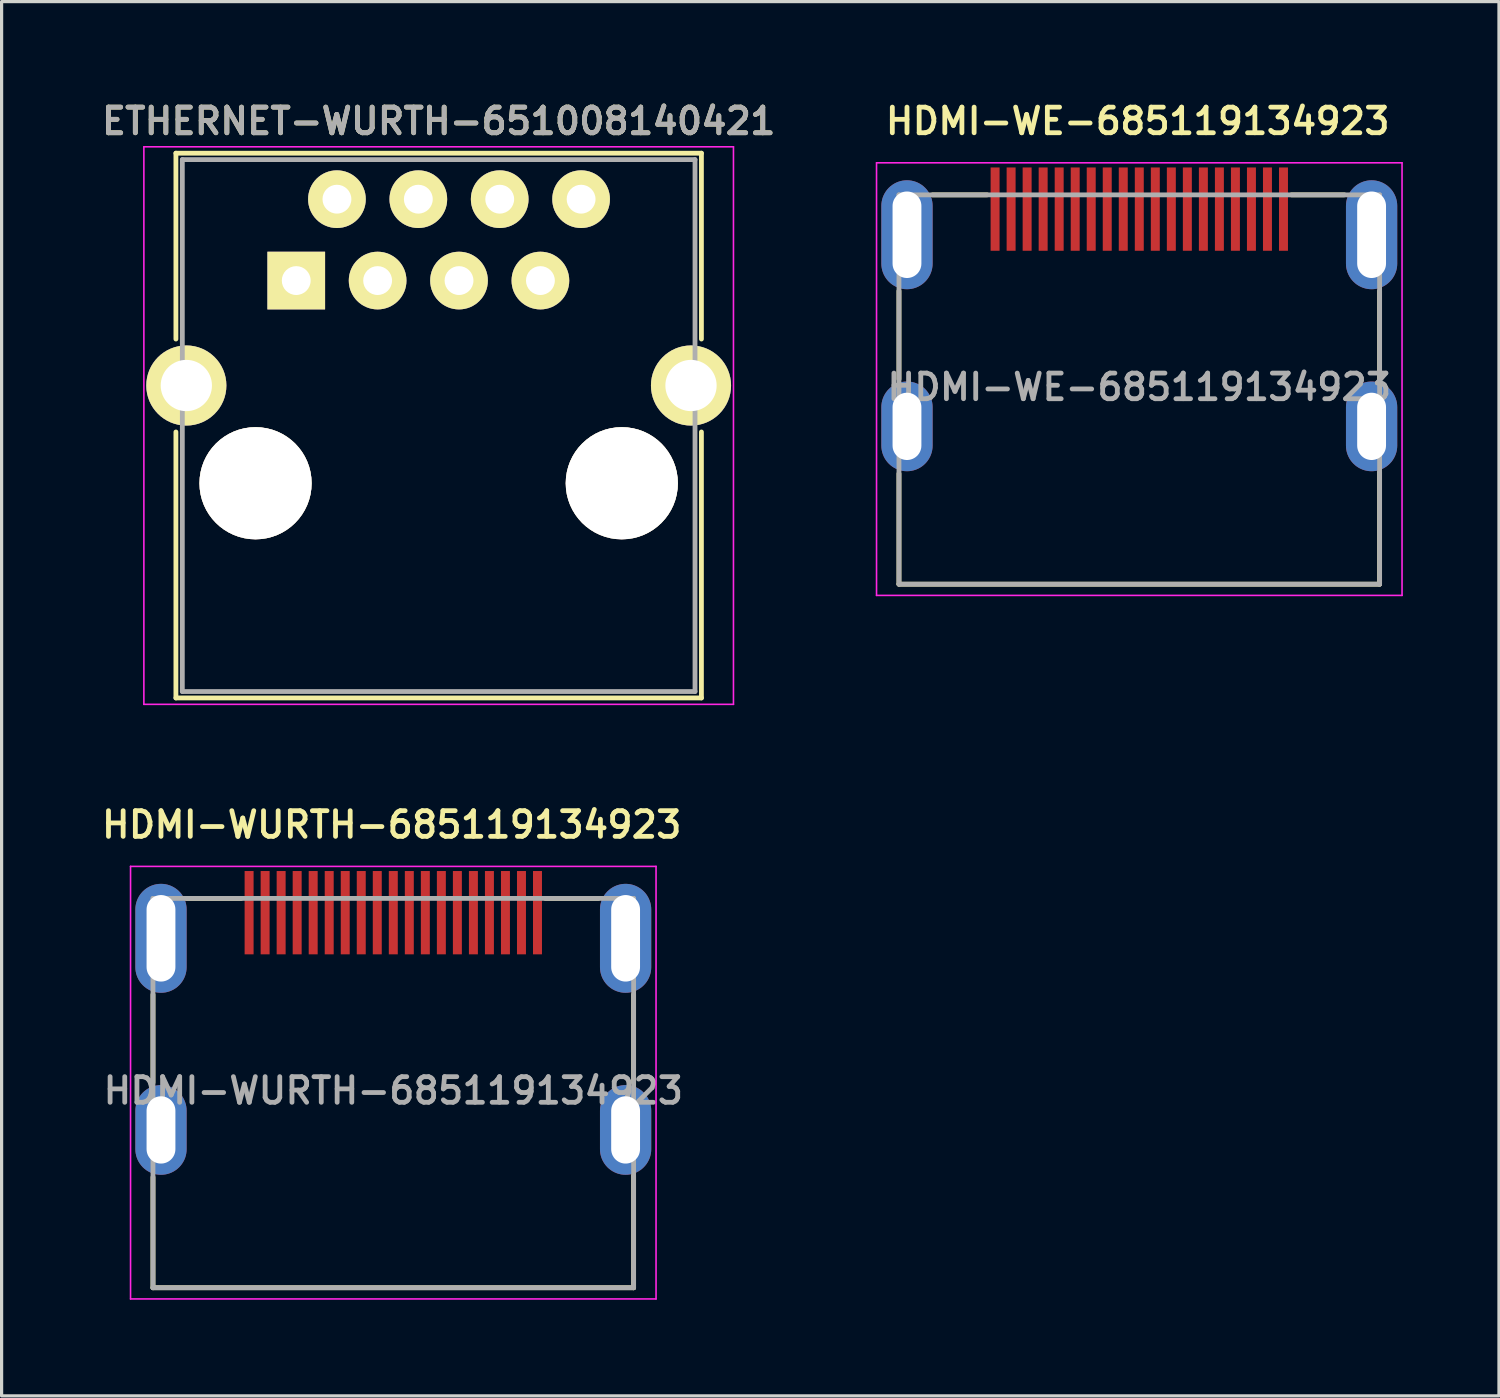
<source format=kicad_pcb>
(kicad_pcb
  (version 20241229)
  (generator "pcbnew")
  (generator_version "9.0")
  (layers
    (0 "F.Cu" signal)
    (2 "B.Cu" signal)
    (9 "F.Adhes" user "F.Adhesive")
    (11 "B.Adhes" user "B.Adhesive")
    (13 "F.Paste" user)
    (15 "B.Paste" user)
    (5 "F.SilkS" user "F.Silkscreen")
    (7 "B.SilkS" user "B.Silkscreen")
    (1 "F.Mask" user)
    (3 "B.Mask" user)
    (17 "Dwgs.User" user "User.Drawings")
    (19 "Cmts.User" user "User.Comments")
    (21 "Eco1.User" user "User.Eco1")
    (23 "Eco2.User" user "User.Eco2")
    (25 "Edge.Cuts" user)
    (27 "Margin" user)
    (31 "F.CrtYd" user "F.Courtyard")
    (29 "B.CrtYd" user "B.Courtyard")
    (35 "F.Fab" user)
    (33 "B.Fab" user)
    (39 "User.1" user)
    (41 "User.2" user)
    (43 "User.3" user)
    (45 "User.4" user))
  (footprint "HDMI-WURTH-685119134923"
    (layer "F.Cu")
    (at 9.224 30.988)
    (property "Reference" "HDMI-WURTH-685119134923" (at -0.05 -8.3 0) (layer "F.SilkS") (effects (font (size 0.8 0.8) (thickness 0.15))))
    (attr through_hole)
    (fp_line (start -7.5 -0.25) (end -7.5 -3) (stroke (width 0.15) (type solid)) (layer "F.SilkS"))
    (fp_line (start -7.5 6.15) (end -7.5 2.7) (stroke (width 0.15) (type solid)) (layer "F.SilkS"))
    (fp_line (start -6.45 -6) (end -4.75 -6) (stroke (width 0.15) (type solid)) (layer "F.SilkS"))
    (fp_line (start 4.75 -6) (end 6.4 -6) (stroke (width 0.15) (type solid)) (layer "F.SilkS"))
    (fp_line (start 7.5 -3) (end 7.5 -0.25) (stroke (width 0.15) (type solid)) (layer "F.SilkS"))
    (fp_line (start 7.5 2.65) (end 7.5 6.15) (stroke (width 0.15) (type solid)) (layer "F.SilkS"))
    (fp_line (start 7.5 6.15) (end -7.5 6.15) (stroke (width 0.15) (type solid)) (layer "F.SilkS"))
    (fp_line (start -8.2 -7) (end 8.2 -7) (stroke (width 0.05) (type solid)) (layer "F.CrtYd"))
    (fp_line (start -8.2 6.5) (end -8.2 -7) (stroke (width 0.05) (type solid)) (layer "F.CrtYd"))
    (fp_line (start 8.2 -7) (end 8.2 6.5) (stroke (width 0.05) (type solid)) (layer "F.CrtYd"))
    (fp_line (start 8.2 6.5) (end -8.2 6.5) (stroke (width 0.05) (type solid)) (layer "F.CrtYd"))
    (fp_line (start -7.5 -6) (end 7.5 -6) (stroke (width 0.15) (type solid)) (layer "F.Fab"))
    (fp_line (start -7.5 6.15) (end -7.5 -6) (stroke (width 0.15) (type solid)) (layer "F.Fab"))
    (fp_line (start 7.5 -6) (end 7.5 6.15) (stroke (width 0.15) (type solid)) (layer "F.Fab"))
    (fp_line (start 7.5 6.15) (end -7.5 6.15) (stroke (width 0.15) (type solid)) (layer "F.Fab"))
    (fp_text user "${REFERENCE}" (at 0 0 0) (layer "F.Fab") (effects (font (size 0.8 0.8) (thickness 0.15))))
    (pad "1" smd rect (at 4.5 -5.555) (size 0.28 2.6) (layers "F.Cu" "F.Mask" "F.Paste"))
    (pad "2" smd rect (at 4 -5.555) (size 0.28 2.6) (layers "F.Cu" "F.Mask" "F.Paste"))
    (pad "3" smd rect (at 3.5 -5.555) (size 0.28 2.6) (layers "F.Cu" "F.Mask" "F.Paste"))
    (pad "4" smd rect (at 3 -5.555) (size 0.28 2.6) (layers "F.Cu" "F.Mask" "F.Paste"))
    (pad "5" smd rect (at 2.5 -5.555) (size 0.28 2.6) (layers "F.Cu" "F.Mask" "F.Paste"))
    (pad "6" smd rect (at 2 -5.555) (size 0.28 2.6) (layers "F.Cu" "F.Mask" "F.Paste"))
    (pad "7" smd rect (at 1.5 -5.555) (size 0.28 2.6) (layers "F.Cu" "F.Mask" "F.Paste"))
    (pad "8" smd rect (at 1 -5.555) (size 0.28 2.6) (layers "F.Cu" "F.Mask" "F.Paste"))
    (pad "9" smd rect (at 0.5 -5.555) (size 0.28 2.6) (layers "F.Cu" "F.Mask" "F.Paste"))
    (pad "10" smd rect (at 0 -5.555) (size 0.28 2.6) (layers "F.Cu" "F.Mask" "F.Paste"))
    (pad "11" smd rect (at -0.5 -5.555) (size 0.28 2.6) (layers "F.Cu" "F.Mask" "F.Paste"))
    (pad "12" smd rect (at -1 -5.555) (size 0.28 2.6) (layers "F.Cu" "F.Mask" "F.Paste"))
    (pad "13" smd rect (at -1.5 -5.555) (size 0.28 2.6) (layers "F.Cu" "F.Mask" "F.Paste"))
    (pad "14" smd rect (at -2 -5.555) (size 0.28 2.6) (layers "F.Cu" "F.Mask" "F.Paste"))
    (pad "15" smd rect (at -2.5 -5.555) (size 0.28 2.6) (layers "F.Cu" "F.Mask" "F.Paste"))
    (pad "16" smd rect (at -3 -5.555) (size 0.28 2.6) (layers "F.Cu" "F.Mask" "F.Paste"))
    (pad "17" smd rect (at -3.5 -5.555) (size 0.28 2.6) (layers "F.Cu" "F.Mask" "F.Paste"))
    (pad "18" smd rect (at -4 -5.555) (size 0.28 2.6) (layers "F.Cu" "F.Mask" "F.Paste"))
    (pad "19" smd rect (at -4.5 -5.555) (size 0.28 2.6) (layers "F.Cu" "F.Mask" "F.Paste"))
    (pad "S1" thru_hole oval (at -7.25 -4.755) (size 1.6 3.4) (drill oval 0.9 2.7) (layers "*.Cu" "*.Mask"))
    (pad "S2" thru_hole oval (at 7.25 -4.755) (size 1.6 3.4) (drill oval 0.9 2.7) (layers "*.Cu" "*.Mask"))
    (pad "S3" thru_hole oval (at -7.25 1.225) (size 1.6 2.8) (drill oval 0.9 2.1) (layers "*.Cu" "*.Mask"))
    (pad "S4" thru_hole oval (at 7.25 1.225) (size 1.6 2.8) (drill oval 0.9 2.1) (layers "*.Cu" "*.Mask")))
  (footprint "HDMI-WE-685119134923"
    (layer "F.Cu")
    (at 32.505 9.031)
    (property "Reference" "HDMI-WE-685119134923" (at -0.05 -8.3 0) (layer "F.SilkS") (effects (font (size 0.8 0.8) (thickness 0.15))))
    (attr through_hole)
    (fp_line (start -7.5 -0.25) (end -7.5 -3) (stroke (width 0.15) (type solid)) (layer "F.SilkS"))
    (fp_line (start -7.5 6.15) (end -7.5 2.7) (stroke (width 0.15) (type solid)) (layer "F.SilkS"))
    (fp_line (start -6.45 -6) (end -4.75 -6) (stroke (width 0.15) (type solid)) (layer "F.SilkS"))
    (fp_line (start 4.75 -6) (end 6.4 -6) (stroke (width 0.15) (type solid)) (layer "F.SilkS"))
    (fp_line (start 7.5 -3) (end 7.5 -0.25) (stroke (width 0.15) (type solid)) (layer "F.SilkS"))
    (fp_line (start 7.5 2.65) (end 7.5 6.15) (stroke (width 0.15) (type solid)) (layer "F.SilkS"))
    (fp_line (start 7.5 6.15) (end -7.5 6.15) (stroke (width 0.15) (type solid)) (layer "F.SilkS"))
    (fp_line (start -8.2 -7) (end 8.2 -7) (stroke (width 0.05) (type solid)) (layer "F.CrtYd"))
    (fp_line (start -8.2 6.5) (end -8.2 -7) (stroke (width 0.05) (type solid)) (layer "F.CrtYd"))
    (fp_line (start 8.2 -7) (end 8.2 6.5) (stroke (width 0.05) (type solid)) (layer "F.CrtYd"))
    (fp_line (start 8.2 6.5) (end -8.2 6.5) (stroke (width 0.05) (type solid)) (layer "F.CrtYd"))
    (fp_line (start -7.5 -6) (end 7.5 -6) (stroke (width 0.15) (type solid)) (layer "F.Fab"))
    (fp_line (start -7.5 6.15) (end -7.5 -6) (stroke (width 0.15) (type solid)) (layer "F.Fab"))
    (fp_line (start 7.5 -6) (end 7.5 6.15) (stroke (width 0.15) (type solid)) (layer "F.Fab"))
    (fp_line (start 7.5 6.15) (end -7.5 6.15) (stroke (width 0.15) (type solid)) (layer "F.Fab"))
    (fp_text user "${REFERENCE}" (at 0 0 0) (layer "F.Fab") (effects (font (size 0.8 0.8) (thickness 0.15))))
    (pad "1" smd rect (at 4.5 -5.555) (size 0.28 2.6) (layers "F.Cu" "F.Mask" "F.Paste"))
    (pad "2" smd rect (at 4 -5.555) (size 0.28 2.6) (layers "F.Cu" "F.Mask" "F.Paste"))
    (pad "3" smd rect (at 3.5 -5.555) (size 0.28 2.6) (layers "F.Cu" "F.Mask" "F.Paste"))
    (pad "4" smd rect (at 3 -5.555) (size 0.28 2.6) (layers "F.Cu" "F.Mask" "F.Paste"))
    (pad "5" smd rect (at 2.5 -5.555) (size 0.28 2.6) (layers "F.Cu" "F.Mask" "F.Paste"))
    (pad "6" smd rect (at 2 -5.555) (size 0.28 2.6) (layers "F.Cu" "F.Mask" "F.Paste"))
    (pad "7" smd rect (at 1.5 -5.555) (size 0.28 2.6) (layers "F.Cu" "F.Mask" "F.Paste"))
    (pad "8" smd rect (at 1 -5.555) (size 0.28 2.6) (layers "F.Cu" "F.Mask" "F.Paste"))
    (pad "9" smd rect (at 0.5 -5.555) (size 0.28 2.6) (layers "F.Cu" "F.Mask" "F.Paste"))
    (pad "10" smd rect (at 0 -5.555) (size 0.28 2.6) (layers "F.Cu" "F.Mask" "F.Paste"))
    (pad "11" smd rect (at -0.5 -5.555) (size 0.28 2.6) (layers "F.Cu" "F.Mask" "F.Paste"))
    (pad "12" smd rect (at -1 -5.555) (size 0.28 2.6) (layers "F.Cu" "F.Mask" "F.Paste"))
    (pad "13" smd rect (at -1.5 -5.555) (size 0.28 2.6) (layers "F.Cu" "F.Mask" "F.Paste"))
    (pad "14" smd rect (at -2 -5.555) (size 0.28 2.6) (layers "F.Cu" "F.Mask" "F.Paste"))
    (pad "15" smd rect (at -2.5 -5.555) (size 0.28 2.6) (layers "F.Cu" "F.Mask" "F.Paste"))
    (pad "16" smd rect (at -3 -5.555) (size 0.28 2.6) (layers "F.Cu" "F.Mask" "F.Paste"))
    (pad "17" smd rect (at -3.5 -5.555) (size 0.28 2.6) (layers "F.Cu" "F.Mask" "F.Paste"))
    (pad "18" smd rect (at -4 -5.555) (size 0.28 2.6) (layers "F.Cu" "F.Mask" "F.Paste"))
    (pad "19" smd rect (at -4.5 -5.555) (size 0.28 2.6) (layers "F.Cu" "F.Mask" "F.Paste"))
    (pad "S1" thru_hole oval (at -7.25 -4.755) (size 1.6 3.4) (drill oval 0.9 2.7) (layers "*.Cu" "*.Mask"))
    (pad "S2" thru_hole oval (at 7.25 -4.755) (size 1.6 3.4) (drill oval 0.9 2.7) (layers "*.Cu" "*.Mask"))
    (pad "S3" thru_hole oval (at -7.25 1.225) (size 1.6 2.8) (drill oval 0.9 2.1) (layers "*.Cu" "*.Mask"))
    (pad "S4" thru_hole oval (at 7.25 1.225) (size 1.6 2.8) (drill oval 0.9 2.1) (layers "*.Cu" "*.Mask")))
  (footprint "ETHERNET-WURTH-651008140421"
    (layer "F.Cu")
    (at 10.64 10.231)
    (property "Reference" "ETHERNET-WURTH-651008140421" (at 0 -9.5 0) (layer "F.SilkS") (effects (font (size 0.8 0.8) (thickness 0.15))))
    (attr through_hole)
    (fp_line (start -8.2 -8.5) (end -8.2 -2.7) (stroke (width 0.15) (type solid)) (layer "F.SilkS"))
    (fp_line (start -8.2 -8.5) (end 8.2 -8.5) (stroke (width 0.15) (type solid)) (layer "F.SilkS"))
    (fp_line (start -8.2 8.5) (end -8.2 0.2) (stroke (width 0.15) (type solid)) (layer "F.SilkS"))
    (fp_line (start -8.2 8.5) (end 8.2 8.5) (stroke (width 0.15) (type solid)) (layer "F.SilkS"))
    (fp_line (start 8.2 -8.5) (end 8.2 -2.7) (stroke (width 0.15) (type solid)) (layer "F.SilkS"))
    (fp_line (start 8.2 8.5) (end 8.2 0.2) (stroke (width 0.15) (type solid)) (layer "F.SilkS"))
    (fp_line (start -9.2 -8.7) (end 9.2 -8.7) (stroke (width 0.05) (type solid)) (layer "F.CrtYd"))
    (fp_line (start -9.2 8.7) (end -9.2 -8.7) (stroke (width 0.05) (type solid)) (layer "F.CrtYd"))
    (fp_line (start 9.2 -8.7) (end 9.2 8.7) (stroke (width 0.05) (type solid)) (layer "F.CrtYd"))
    (fp_line (start 9.2 8.7) (end -9.2 8.7) (stroke (width 0.05) (type solid)) (layer "F.CrtYd"))
    (fp_line (start -8 -8.3) (end 8 -8.3) (stroke (width 0.15) (type solid)) (layer "F.Fab"))
    (fp_line (start -8 8.3) (end -8 -8.3) (stroke (width 0.15) (type solid)) (layer "F.Fab"))
    (fp_line (start 8 -8.3) (end 8 8.3) (stroke (width 0.15) (type solid)) (layer "F.Fab"))
    (fp_line (start 8 8.3) (end -8 8.3) (stroke (width 0.15) (type solid)) (layer "F.Fab"))
    (fp_text user "${REFERENCE}" (at 0 -9.5 0) (layer "F.Fab") (effects (font (size 0.8 0.8) (thickness 0.15))))
    (pad "" thru_hole circle (at -5.715 1.8) (size 3.5 3.5) (drill 3.5) (layers "*.Cu" "*.Mask" "F.SilkS"))
    (pad "" thru_hole circle (at 5.715 1.8) (size 3.5 3.5) (drill 3.5) (layers "*.Cu" "*.Mask" "F.SilkS"))
    (pad "1" thru_hole rect (at -4.445 -4.525) (size 1.8 1.8) (drill 0.9) (layers "*.Cu" "*.Mask" "F.SilkS"))
    (pad "2" thru_hole circle (at -3.175 -7.065) (size 1.8 1.8) (drill 0.9) (layers "*.Cu" "*.Mask" "F.SilkS"))
    (pad "3" thru_hole circle (at -1.905 -4.525) (size 1.8 1.8) (drill 0.9) (layers "*.Cu" "*.Mask" "F.SilkS"))
    (pad "4" thru_hole circle (at -0.635 -7.065) (size 1.8 1.8) (drill 0.9) (layers "*.Cu" "*.Mask" "F.SilkS"))
    (pad "5" thru_hole circle (at 0.635 -4.525) (size 1.8 1.8) (drill 0.9) (layers "*.Cu" "*.Mask" "F.SilkS"))
    (pad "6" thru_hole circle (at 1.905 -7.065) (size 1.8 1.8) (drill 0.9) (layers "*.Cu" "*.Mask" "F.SilkS"))
    (pad "7" thru_hole circle (at 3.175 -4.525) (size 1.8 1.8) (drill 0.9) (layers "*.Cu" "*.Mask" "F.SilkS"))
    (pad "8" thru_hole circle (at 4.445 -7.065) (size 1.8 1.8) (drill 0.9) (layers "*.Cu" "*.Mask" "F.SilkS"))
    (pad "9" thru_hole circle (at -7.875 -1.25) (size 2.5 2.5) (drill 1.6) (layers "*.Cu" "*.Mask" "F.SilkS"))
    (pad "10" thru_hole circle (at 7.875 -1.25) (size 2.5 2.5) (drill 1.6) (layers "*.Cu" "*.Mask" "F.SilkS")))
  (gr_rect
    (start -3 -3)
    (end 43.73 40.513)
    (stroke (width 0.1) (type default))
    (fill no)
    (layer "Edge.Cuts")))
</source>
